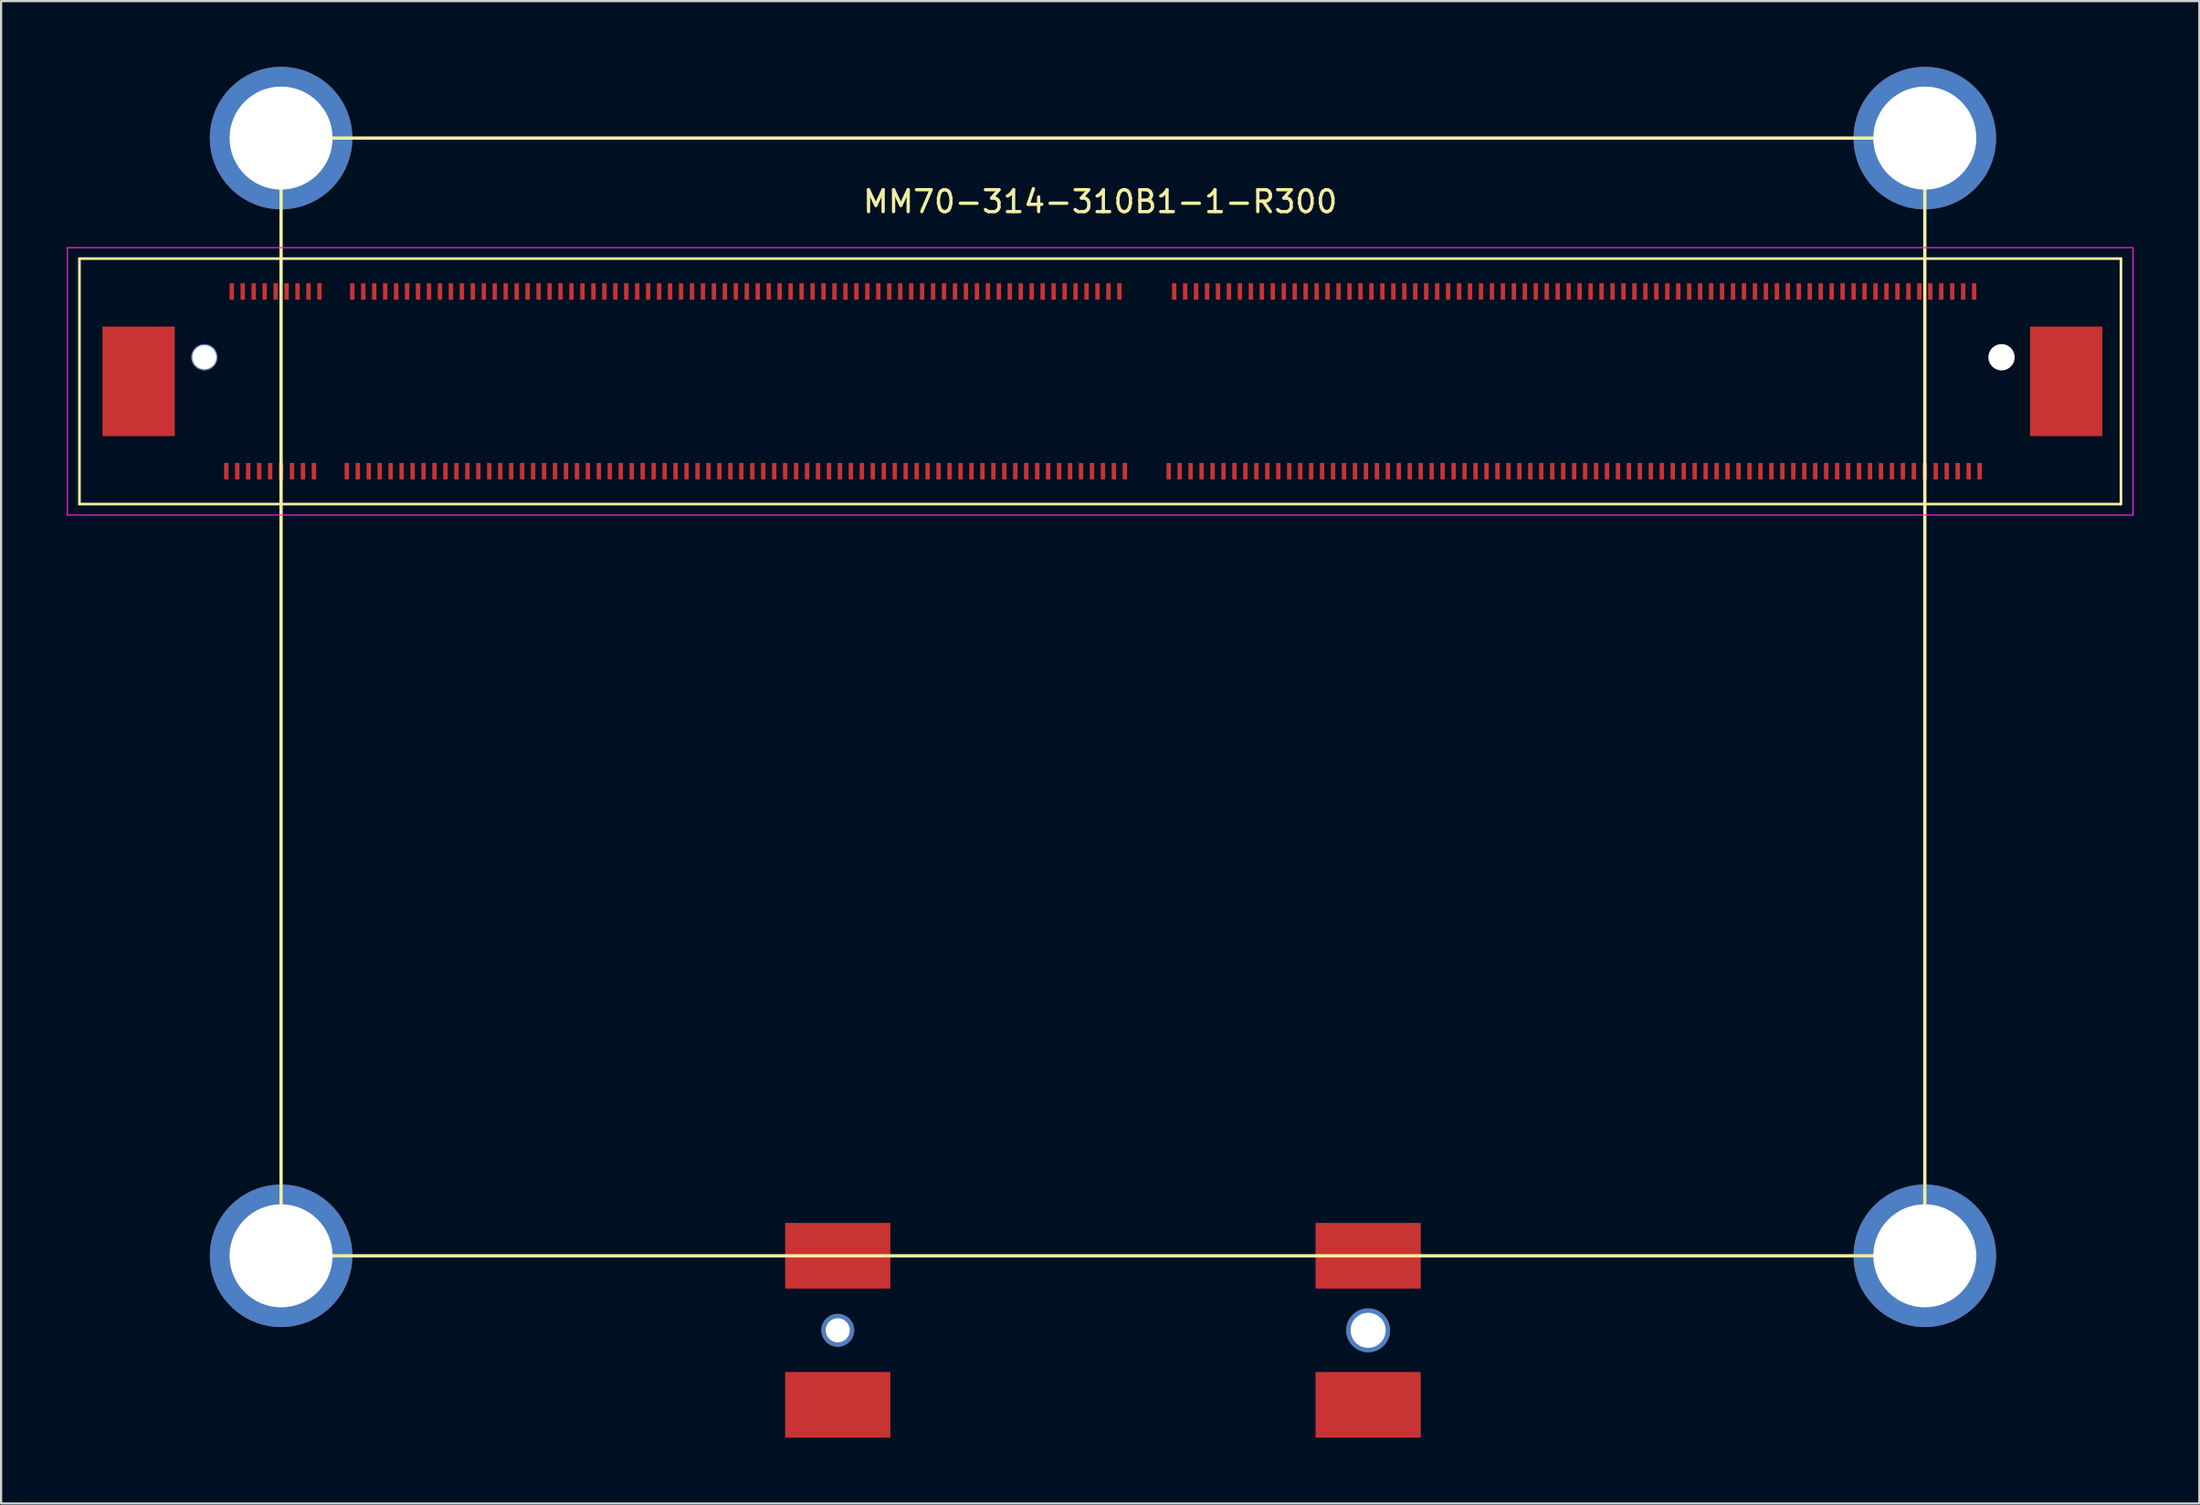
<source format=kicad_pcb>
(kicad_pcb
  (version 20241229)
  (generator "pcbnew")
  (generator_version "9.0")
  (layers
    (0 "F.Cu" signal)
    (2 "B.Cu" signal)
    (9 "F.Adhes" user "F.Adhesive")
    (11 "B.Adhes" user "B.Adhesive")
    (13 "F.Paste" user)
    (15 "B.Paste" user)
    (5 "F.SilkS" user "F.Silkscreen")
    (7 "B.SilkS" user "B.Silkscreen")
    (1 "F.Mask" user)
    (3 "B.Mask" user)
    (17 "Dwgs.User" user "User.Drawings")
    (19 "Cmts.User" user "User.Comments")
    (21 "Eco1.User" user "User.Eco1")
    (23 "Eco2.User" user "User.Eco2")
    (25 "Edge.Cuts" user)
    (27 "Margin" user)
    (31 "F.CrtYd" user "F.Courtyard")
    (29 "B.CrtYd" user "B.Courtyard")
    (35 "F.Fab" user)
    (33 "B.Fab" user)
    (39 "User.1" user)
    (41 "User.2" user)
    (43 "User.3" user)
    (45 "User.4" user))
  (footprint "MM70-314-310B1-1-R300"
    (layer "F.Cu")
    (at 7.025 10.25)
    (property "Reference" "MM70-314-310B1-1-R300" (at 40.125 -4.1 0) (layer "F.SilkS") (effects (font (size 1 1) (thickness 0.15))))
    (attr through_hole)
    (fp_line (start -6.45 -1.5) (end -6.45 9.7) (stroke (width 0.12) (type solid)) (layer "F.SilkS"))
    (fp_line (start -6.45 9.7) (end 86.7 9.7) (stroke (width 0.12) (type solid)) (layer "F.SilkS"))
    (fp_line (start 2.75 -7) (end 77.75 -7) (stroke (width 0.15) (type solid)) (layer "F.SilkS"))
    (fp_line (start 2.75 44) (end 2.75 -7) (stroke (width 0.15) (type solid)) (layer "F.SilkS"))
    (fp_line (start 2.75 44) (end 77.75 44) (stroke (width 0.15) (type solid)) (layer "F.SilkS"))
    (fp_line (start 77.75 -7) (end 77.75 44) (stroke (width 0.15) (type solid)) (layer "F.SilkS"))
    (fp_line (start 86.7 -1.5) (end -6.45 -1.5) (stroke (width 0.12) (type solid)) (layer "F.SilkS"))
    (fp_line (start 86.7 9.7) (end 86.7 -1.5) (stroke (width 0.12) (type solid)) (layer "F.SilkS"))
    (fp_line (start -7 -2) (end -7 10.2) (stroke (width 0.05) (type solid)) (layer "F.CrtYd"))
    (fp_line (start -7 10.2) (end 87.25 10.2) (stroke (width 0.05) (type solid)) (layer "F.CrtYd"))
    (fp_line (start 87.25 -2) (end -7 -2) (stroke (width 0.05) (type solid)) (layer "F.CrtYd"))
    (fp_line (start 87.25 10.2) (end 87.25 -2) (stroke (width 0.05) (type solid)) (layer "F.CrtYd"))
    (pad "" smd rect (at -3.75 4.1) (size 3.3 5) (layers "F.Cu" "F.Mask" "F.Paste"))
    (pad "" np_thru_hole circle (at -0.75 3) (size 1.2 1.2) (drill 1.1) (layers "*.Cu" "*.Mask"))
    (pad "" thru_hole circle (at 2.75 -7) (size 6.5 6.5) (drill 4.7) (layers "*.Cu" "*.Mask"))
    (pad "" thru_hole circle (at 2.75 44) (size 6.5 6.5) (drill 4.7) (layers "*.Cu" "*.Mask"))
    (pad "" smd rect (at 28.15 44) (size 4.8 3) (layers "F.Cu" "F.Mask"))
    (pad "" np_thru_hole circle (at 28.15 47.4) (size 1.5 1.5) (drill 1.1) (layers "*.Cu" "*.Mask"))
    (pad "" smd rect (at 28.15 50.8) (size 4.8 3) (layers "F.Cu" "F.Mask"))
    (pad "" smd rect (at 52.35 44) (size 4.8 3) (layers "F.Cu" "F.Mask"))
    (pad "" np_thru_hole circle (at 52.35 47.4) (size 2 2) (drill 1.6) (layers "*.Cu" "*.Mask"))
    (pad "" smd rect (at 52.35 50.8) (size 4.8 3) (layers "F.Cu" "F.Mask"))
    (pad "" thru_hole circle (at 77.75 -7) (size 6.5 6.5) (drill 4.7) (layers "*.Cu" "*.Mask"))
    (pad "" thru_hole circle (at 77.75 44) (size 6.5 6.5) (drill 4.7) (layers "*.Cu" "*.Mask"))
    (pad "" np_thru_hole circle (at 81.25 3) (size 1.2 1.2) (drill 1.6) (layers "*.Cu" "*.Mask"))
    (pad "" smd rect (at 84.2 4.1) (size 3.3 5) (layers "F.Cu" "F.Mask" "F.Paste"))
    (pad "1" smd rect (at 0.25 8.2) (size 0.2 0.75) (layers "F.Cu" "F.Mask" "F.Paste"))
    (pad "2" smd rect (at 0.5 0) (size 0.2 0.75) (layers "F.Cu" "F.Mask" "F.Paste"))
    (pad "3" smd rect (at 0.75 8.2) (size 0.2 0.75) (layers "F.Cu" "F.Mask" "F.Paste"))
    (pad "4" smd rect (at 1 0) (size 0.2 0.75) (layers "F.Cu" "F.Mask" "F.Paste"))
    (pad "5" smd rect (at 1.25 8.2) (size 0.2 0.75) (layers "F.Cu" "F.Mask" "F.Paste"))
    (pad "6" smd rect (at 1.5 0) (size 0.2 0.75) (layers "F.Cu" "F.Mask" "F.Paste"))
    (pad "7" smd rect (at 1.75 8.2) (size 0.2 0.75) (layers "F.Cu" "F.Mask" "F.Paste"))
    (pad "8" smd rect (at 2 0) (size 0.2 0.75) (layers "F.Cu" "F.Mask" "F.Paste"))
    (pad "9" smd rect (at 2.25 8.2) (size 0.2 0.75) (layers "F.Cu" "F.Mask" "F.Paste"))
    (pad "10" smd rect (at 2.5 0) (size 0.2 0.75) (layers "F.Cu" "F.Mask" "F.Paste"))
    (pad "11" smd rect (at 2.75 8.2) (size 0.2 0.75) (layers "F.Cu" "F.Mask" "F.Paste"))
    (pad "12" smd rect (at 3 0) (size 0.2 0.75) (layers "F.Cu" "F.Mask" "F.Paste"))
    (pad "13" smd rect (at 3.25 8.2) (size 0.2 0.75) (layers "F.Cu" "F.Mask" "F.Paste"))
    (pad "14" smd rect (at 3.5 0) (size 0.2 0.75) (layers "F.Cu" "F.Mask" "F.Paste"))
    (pad "15" smd rect (at 3.75 8.2) (size 0.2 0.75) (layers "F.Cu" "F.Mask" "F.Paste"))
    (pad "16" smd rect (at 4 0) (size 0.2 0.75) (layers "F.Cu" "F.Mask" "F.Paste"))
    (pad "17" smd rect (at 4.25 8.2) (size 0.2 0.75) (layers "F.Cu" "F.Mask" "F.Paste"))
    (pad "18" smd rect (at 4.5 0) (size 0.2 0.75) (layers "F.Cu" "F.Mask" "F.Paste"))
    (pad "23" smd rect (at 5.75 8.2) (size 0.2 0.75) (layers "F.Cu" "F.Mask" "F.Paste"))
    (pad "24" smd rect (at 6 0) (size 0.2 0.75) (layers "F.Cu" "F.Mask" "F.Paste"))
    (pad "25" smd rect (at 6.25 8.2) (size 0.2 0.75) (layers "F.Cu" "F.Mask" "F.Paste"))
    (pad "26" smd rect (at 6.5 0) (size 0.2 0.75) (layers "F.Cu" "F.Mask" "F.Paste"))
    (pad "27" smd rect (at 6.75 8.2) (size 0.2 0.75) (layers "F.Cu" "F.Mask" "F.Paste"))
    (pad "28" smd rect (at 7 0) (size 0.2 0.75) (layers "F.Cu" "F.Mask" "F.Paste"))
    (pad "29" smd rect (at 7.25 8.2) (size 0.2 0.75) (layers "F.Cu" "F.Mask" "F.Paste"))
    (pad "30" smd rect (at 7.5 0) (size 0.2 0.75) (layers "F.Cu" "F.Mask" "F.Paste"))
    (pad "31" smd rect (at 7.75 8.2) (size 0.2 0.75) (layers "F.Cu" "F.Mask" "F.Paste"))
    (pad "32" smd rect (at 8 0) (size 0.2 0.75) (layers "F.Cu" "F.Mask" "F.Paste"))
    (pad "33" smd rect (at 8.25 8.2) (size 0.2 0.75) (layers "F.Cu" "F.Mask" "F.Paste"))
    (pad "34" smd rect (at 8.5 0) (size 0.2 0.75) (layers "F.Cu" "F.Mask" "F.Paste"))
    (pad "35" smd rect (at 8.75 8.2) (size 0.2 0.75) (layers "F.Cu" "F.Mask" "F.Paste"))
    (pad "36" smd rect (at 9 0) (size 0.2 0.75) (layers "F.Cu" "F.Mask" "F.Paste"))
    (pad "37" smd rect (at 9.25 8.2) (size 0.2 0.75) (layers "F.Cu" "F.Mask" "F.Paste"))
    (pad "38" smd rect (at 9.5 0) (size 0.2 0.75) (layers "F.Cu" "F.Mask" "F.Paste"))
    (pad "39" smd rect (at 9.75 8.2) (size 0.2 0.75) (layers "F.Cu" "F.Mask" "F.Paste"))
    (pad "40" smd rect (at 10 0) (size 0.2 0.75) (layers "F.Cu" "F.Mask" "F.Paste"))
    (pad "41" smd rect (at 10.25 8.2) (size 0.2 0.75) (layers "F.Cu" "F.Mask" "F.Paste"))
    (pad "42" smd rect (at 10.5 0) (size 0.2 0.75) (layers "F.Cu" "F.Mask" "F.Paste"))
    (pad "43" smd rect (at 10.75 8.2) (size 0.2 0.75) (layers "F.Cu" "F.Mask" "F.Paste"))
    (pad "44" smd rect (at 11 0) (size 0.2 0.75) (layers "F.Cu" "F.Mask" "F.Paste"))
    (pad "45" smd rect (at 11.25 8.2) (size 0.2 0.75) (layers "F.Cu" "F.Mask" "F.Paste"))
    (pad "46" smd rect (at 11.5 0) (size 0.2 0.75) (layers "F.Cu" "F.Mask" "F.Paste"))
    (pad "47" smd rect (at 11.75 8.2) (size 0.2 0.75) (layers "F.Cu" "F.Mask" "F.Paste"))
    (pad "48" smd rect (at 12 0) (size 0.2 0.75) (layers "F.Cu" "F.Mask" "F.Paste"))
    (pad "49" smd rect (at 12.25 8.2) (size 0.2 0.75) (layers "F.Cu" "F.Mask" "F.Paste"))
    (pad "50" smd rect (at 12.5 0) (size 0.2 0.75) (layers "F.Cu" "F.Mask" "F.Paste"))
    (pad "51" smd rect (at 12.75 8.2) (size 0.2 0.75) (layers "F.Cu" "F.Mask" "F.Paste"))
    (pad "52" smd rect (at 13 0) (size 0.2 0.75) (layers "F.Cu" "F.Mask" "F.Paste"))
    (pad "53" smd rect (at 13.25 8.2) (size 0.2 0.75) (layers "F.Cu" "F.Mask" "F.Paste"))
    (pad "54" smd rect (at 13.5 0) (size 0.2 0.75) (layers "F.Cu" "F.Mask" "F.Paste"))
    (pad "55" smd rect (at 13.75 8.2) (size 0.2 0.75) (layers "F.Cu" "F.Mask" "F.Paste"))
    (pad "56" smd rect (at 14 0) (size 0.2 0.75) (layers "F.Cu" "F.Mask" "F.Paste"))
    (pad "57" smd rect (at 14.25 8.2) (size 0.2 0.75) (layers "F.Cu" "F.Mask" "F.Paste"))
    (pad "58" smd rect (at 14.5 0) (size 0.2 0.75) (layers "F.Cu" "F.Mask" "F.Paste"))
    (pad "59" smd rect (at 14.75 8.2) (size 0.2 0.75) (layers "F.Cu" "F.Mask" "F.Paste"))
    (pad "60" smd rect (at 15 0) (size 0.2 0.75) (layers "F.Cu" "F.Mask" "F.Paste"))
    (pad "61" smd rect (at 15.25 8.2) (size 0.2 0.75) (layers "F.Cu" "F.Mask" "F.Paste"))
    (pad "62" smd rect (at 15.5 0) (size 0.2 0.75) (layers "F.Cu" "F.Mask" "F.Paste"))
    (pad "63" smd rect (at 15.75 8.2) (size 0.2 0.75) (layers "F.Cu" "F.Mask" "F.Paste"))
    (pad "64" smd rect (at 16 0) (size 0.2 0.75) (layers "F.Cu" "F.Mask" "F.Paste"))
    (pad "65" smd rect (at 16.25 8.2) (size 0.2 0.75) (layers "F.Cu" "F.Mask" "F.Paste"))
    (pad "66" smd rect (at 16.5 0) (size 0.2 0.75) (layers "F.Cu" "F.Mask" "F.Paste"))
    (pad "67" smd rect (at 16.75 8.2) (size 0.2 0.75) (layers "F.Cu" "F.Mask" "F.Paste"))
    (pad "68" smd rect (at 17 0) (size 0.2 0.75) (layers "F.Cu" "F.Mask" "F.Paste"))
    (pad "69" smd rect (at 17.25 8.2) (size 0.2 0.75) (layers "F.Cu" "F.Mask" "F.Paste"))
    (pad "70" smd rect (at 17.5 0) (size 0.2 0.75) (layers "F.Cu" "F.Mask" "F.Paste"))
    (pad "71" smd rect (at 17.75 8.2) (size 0.2 0.75) (layers "F.Cu" "F.Mask" "F.Paste"))
    (pad "72" smd rect (at 18 0) (size 0.2 0.75) (layers "F.Cu" "F.Mask" "F.Paste"))
    (pad "73" smd rect (at 18.25 8.2) (size 0.2 0.75) (layers "F.Cu" "F.Mask" "F.Paste"))
    (pad "74" smd rect (at 18.5 0) (size 0.2 0.75) (layers "F.Cu" "F.Mask" "F.Paste"))
    (pad "75" smd rect (at 18.75 8.2) (size 0.2 0.75) (layers "F.Cu" "F.Mask" "F.Paste"))
    (pad "76" smd rect (at 19 0) (size 0.2 0.75) (layers "F.Cu" "F.Mask" "F.Paste"))
    (pad "77" smd rect (at 19.25 8.2) (size 0.2 0.75) (layers "F.Cu" "F.Mask" "F.Paste"))
    (pad "78" smd rect (at 19.5 0) (size 0.2 0.75) (layers "F.Cu" "F.Mask" "F.Paste"))
    (pad "79" smd rect (at 19.75 8.2) (size 0.2 0.75) (layers "F.Cu" "F.Mask" "F.Paste"))
    (pad "80" smd rect (at 20 0) (size 0.2 0.75) (layers "F.Cu" "F.Mask" "F.Paste"))
    (pad "81" smd rect (at 20.25 8.2) (size 0.2 0.75) (layers "F.Cu" "F.Mask" "F.Paste"))
    (pad "82" smd rect (at 20.5 0) (size 0.2 0.75) (layers "F.Cu" "F.Mask" "F.Paste"))
    (pad "83" smd rect (at 20.75 8.2) (size 0.2 0.75) (layers "F.Cu" "F.Mask" "F.Paste"))
    (pad "84" smd rect (at 21 0) (size 0.2 0.75) (layers "F.Cu" "F.Mask" "F.Paste"))
    (pad "85" smd rect (at 21.25 8.2) (size 0.2 0.75) (layers "F.Cu" "F.Mask" "F.Paste"))
    (pad "86" smd rect (at 21.5 0) (size 0.2 0.75) (layers "F.Cu" "F.Mask" "F.Paste"))
    (pad "87" smd rect (at 21.75 8.2) (size 0.2 0.75) (layers "F.Cu" "F.Mask" "F.Paste"))
    (pad "88" smd rect (at 22 0) (size 0.2 0.75) (layers "F.Cu" "F.Mask" "F.Paste"))
    (pad "89" smd rect (at 22.25 8.2) (size 0.2 0.75) (layers "F.Cu" "F.Mask" "F.Paste"))
    (pad "90" smd rect (at 22.5 0) (size 0.2 0.75) (layers "F.Cu" "F.Mask" "F.Paste"))
    (pad "91" smd rect (at 22.75 8.2) (size 0.2 0.75) (layers "F.Cu" "F.Mask" "F.Paste"))
    (pad "92" smd rect (at 23 0) (size 0.2 0.75) (layers "F.Cu" "F.Mask" "F.Paste"))
    (pad "93" smd rect (at 23.25 8.2) (size 0.2 0.75) (layers "F.Cu" "F.Mask" "F.Paste"))
    (pad "94" smd rect (at 23.5 0) (size 0.2 0.75) (layers "F.Cu" "F.Mask" "F.Paste"))
    (pad "95" smd rect (at 23.75 8.2) (size 0.2 0.75) (layers "F.Cu" "F.Mask" "F.Paste"))
    (pad "96" smd rect (at 24 0) (size 0.2 0.75) (layers "F.Cu" "F.Mask" "F.Paste"))
    (pad "97" smd rect (at 24.25 8.2) (size 0.2 0.75) (layers "F.Cu" "F.Mask" "F.Paste"))
    (pad "98" smd rect (at 24.5 0) (size 0.2 0.75) (layers "F.Cu" "F.Mask" "F.Paste"))
    (pad "99" smd rect (at 24.75 8.2) (size 0.2 0.75) (layers "F.Cu" "F.Mask" "F.Paste"))
    (pad "100" smd rect (at 25 0) (size 0.2 0.75) (layers "F.Cu" "F.Mask" "F.Paste"))
    (pad "101" smd rect (at 25.25 8.2) (size 0.2 0.75) (layers "F.Cu" "F.Mask" "F.Paste"))
    (pad "102" smd rect (at 25.5 0) (size 0.2 0.75) (layers "F.Cu" "F.Mask" "F.Paste"))
    (pad "103" smd rect (at 25.75 8.2) (size 0.2 0.75) (layers "F.Cu" "F.Mask" "F.Paste"))
    (pad "104" smd rect (at 26 0) (size 0.2 0.75) (layers "F.Cu" "F.Mask" "F.Paste"))
    (pad "105" smd rect (at 26.25 8.2) (size 0.2 0.75) (layers "F.Cu" "F.Mask" "F.Paste"))
    (pad "106" smd rect (at 26.5 0) (size 0.2 0.75) (layers "F.Cu" "F.Mask" "F.Paste"))
    (pad "107" smd rect (at 26.75 8.2) (size 0.2 0.75) (layers "F.Cu" "F.Mask" "F.Paste"))
    (pad "108" smd rect (at 27 0) (size 0.2 0.75) (layers "F.Cu" "F.Mask" "F.Paste"))
    (pad "109" smd rect (at 27.25 8.2) (size 0.2 0.75) (layers "F.Cu" "F.Mask" "F.Paste"))
    (pad "110" smd rect (at 27.5 0) (size 0.2 0.75) (layers "F.Cu" "F.Mask" "F.Paste"))
    (pad "111" smd rect (at 27.75 8.2) (size 0.2 0.75) (layers "F.Cu" "F.Mask" "F.Paste"))
    (pad "112" smd rect (at 28 0) (size 0.2 0.75) (layers "F.Cu" "F.Mask" "F.Paste"))
    (pad "113" smd rect (at 28.25 8.2) (size 0.2 0.75) (layers "F.Cu" "F.Mask" "F.Paste"))
    (pad "114" smd rect (at 28.5 0) (size 0.2 0.75) (layers "F.Cu" "F.Mask" "F.Paste"))
    (pad "115" smd rect (at 28.75 8.2) (size 0.2 0.75) (layers "F.Cu" "F.Mask" "F.Paste"))
    (pad "116" smd rect (at 29 0) (size 0.2 0.75) (layers "F.Cu" "F.Mask" "F.Paste"))
    (pad "117" smd rect (at 29.25 8.2) (size 0.2 0.75) (layers "F.Cu" "F.Mask" "F.Paste"))
    (pad "118" smd rect (at 29.5 0) (size 0.2 0.75) (layers "F.Cu" "F.Mask" "F.Paste"))
    (pad "119" smd rect (at 29.75 8.2) (size 0.2 0.75) (layers "F.Cu" "F.Mask" "F.Paste"))
    (pad "120" smd rect (at 30 0) (size 0.2 0.75) (layers "F.Cu" "F.Mask" "F.Paste"))
    (pad "121" smd rect (at 30.25 8.2) (size 0.2 0.75) (layers "F.Cu" "F.Mask" "F.Paste"))
    (pad "122" smd rect (at 30.5 0) (size 0.2 0.75) (layers "F.Cu" "F.Mask" "F.Paste"))
    (pad "123" smd rect (at 30.75 8.2) (size 0.2 0.75) (layers "F.Cu" "F.Mask" "F.Paste"))
    (pad "124" smd rect (at 31 0) (size 0.2 0.75) (layers "F.Cu" "F.Mask" "F.Paste"))
    (pad "125" smd rect (at 31.25 8.2) (size 0.2 0.75) (layers "F.Cu" "F.Mask" "F.Paste"))
    (pad "126" smd rect (at 31.5 0) (size 0.2 0.75) (layers "F.Cu" "F.Mask" "F.Paste"))
    (pad "127" smd rect (at 31.75 8.2) (size 0.2 0.75) (layers "F.Cu" "F.Mask" "F.Paste"))
    (pad "128" smd rect (at 32 0) (size 0.2 0.75) (layers "F.Cu" "F.Mask" "F.Paste"))
    (pad "129" smd rect (at 32.25 8.2) (size 0.2 0.75) (layers "F.Cu" "F.Mask" "F.Paste"))
    (pad "130" smd rect (at 32.5 0) (size 0.2 0.75) (layers "F.Cu" "F.Mask" "F.Paste"))
    (pad "131" smd rect (at 32.75 8.2) (size 0.2 0.75) (layers "F.Cu" "F.Mask" "F.Paste"))
    (pad "132" smd rect (at 33 0) (size 0.2 0.75) (layers "F.Cu" "F.Mask" "F.Paste"))
    (pad "133" smd rect (at 33.25 8.2) (size 0.2 0.75) (layers "F.Cu" "F.Mask" "F.Paste"))
    (pad "134" smd rect (at 33.5 0) (size 0.2 0.75) (layers "F.Cu" "F.Mask" "F.Paste"))
    (pad "135" smd rect (at 33.75 8.2) (size 0.2 0.75) (layers "F.Cu" "F.Mask" "F.Paste"))
    (pad "136" smd rect (at 34 0) (size 0.2 0.75) (layers "F.Cu" "F.Mask" "F.Paste"))
    (pad "137" smd rect (at 34.25 8.2) (size 0.2 0.75) (layers "F.Cu" "F.Mask" "F.Paste"))
    (pad "138" smd rect (at 34.5 0) (size 0.2 0.75) (layers "F.Cu" "F.Mask" "F.Paste"))
    (pad "139" smd rect (at 34.75 8.2) (size 0.2 0.75) (layers "F.Cu" "F.Mask" "F.Paste"))
    (pad "140" smd rect (at 35 0) (size 0.2 0.75) (layers "F.Cu" "F.Mask" "F.Paste"))
    (pad "141" smd rect (at 35.25 8.2) (size 0.2 0.75) (layers "F.Cu" "F.Mask" "F.Paste"))
    (pad "142" smd rect (at 35.5 0) (size 0.2 0.75) (layers "F.Cu" "F.Mask" "F.Paste"))
    (pad "143" smd rect (at 35.75 8.2) (size 0.2 0.75) (layers "F.Cu" "F.Mask" "F.Paste"))
    (pad "144" smd rect (at 36 0) (size 0.2 0.75) (layers "F.Cu" "F.Mask" "F.Paste"))
    (pad "145" smd rect (at 36.25 8.2) (size 0.2 0.75) (layers "F.Cu" "F.Mask" "F.Paste"))
    (pad "146" smd rect (at 36.5 0) (size 0.2 0.75) (layers "F.Cu" "F.Mask" "F.Paste"))
    (pad "147" smd rect (at 36.75 8.2) (size 0.2 0.75) (layers "F.Cu" "F.Mask" "F.Paste"))
    (pad "148" smd rect (at 37 0) (size 0.2 0.75) (layers "F.Cu" "F.Mask" "F.Paste"))
    (pad "149" smd rect (at 37.25 8.2) (size 0.2 0.75) (layers "F.Cu" "F.Mask" "F.Paste"))
    (pad "150" smd rect (at 37.5 0) (size 0.2 0.75) (layers "F.Cu" "F.Mask" "F.Paste"))
    (pad "151" smd rect (at 37.75 8.2) (size 0.2 0.75) (layers "F.Cu" "F.Mask" "F.Paste"))
    (pad "152" smd rect (at 38 0) (size 0.2 0.75) (layers "F.Cu" "F.Mask" "F.Paste"))
    (pad "153" smd rect (at 38.25 8.2) (size 0.2 0.75) (layers "F.Cu" "F.Mask" "F.Paste"))
    (pad "154" smd rect (at 38.5 0) (size 0.2 0.75) (layers "F.Cu" "F.Mask" "F.Paste"))
    (pad "155" smd rect (at 38.75 8.2) (size 0.2 0.75) (layers "F.Cu" "F.Mask" "F.Paste"))
    (pad "156" smd rect (at 39 0) (size 0.2 0.75) (layers "F.Cu" "F.Mask" "F.Paste"))
    (pad "157" smd rect (at 39.25 8.2) (size 0.2 0.75) (layers "F.Cu" "F.Mask" "F.Paste"))
    (pad "158" smd rect (at 39.5 0) (size 0.2 0.75) (layers "F.Cu" "F.Mask" "F.Paste"))
    (pad "159" smd rect (at 39.75 8.2) (size 0.2 0.75) (layers "F.Cu" "F.Mask" "F.Paste"))
    (pad "160" smd rect (at 40 0) (size 0.2 0.75) (layers "F.Cu" "F.Mask" "F.Paste"))
    (pad "161" smd rect (at 40.25 8.2) (size 0.2 0.75) (layers "F.Cu" "F.Mask" "F.Paste"))
    (pad "162" smd rect (at 40.5 0) (size 0.2 0.75) (layers "F.Cu" "F.Mask" "F.Paste"))
    (pad "163" smd rect (at 40.75 8.2) (size 0.2 0.75) (layers "F.Cu" "F.Mask" "F.Paste"))
    (pad "164" smd rect (at 41 0) (size 0.2 0.75) (layers "F.Cu" "F.Mask" "F.Paste"))
    (pad "165" smd rect (at 41.25 8.2) (size 0.2 0.75) (layers "F.Cu" "F.Mask" "F.Paste"))
    (pad "173" smd rect (at 43.25 8.2) (size 0.2 0.75) (layers "F.Cu" "F.Mask" "F.Paste"))
    (pad "174" smd rect (at 43.5 0) (size 0.2 0.75) (layers "F.Cu" "F.Mask" "F.Paste"))
    (pad "175" smd rect (at 43.75 8.2) (size 0.2 0.75) (layers "F.Cu" "F.Mask" "F.Paste"))
    (pad "176" smd rect (at 44 0) (size 0.2 0.75) (layers "F.Cu" "F.Mask" "F.Paste"))
    (pad "177" smd rect (at 44.25 8.2) (size 0.2 0.75) (layers "F.Cu" "F.Mask" "F.Paste"))
    (pad "178" smd rect (at 44.5 0) (size 0.2 0.75) (layers "F.Cu" "F.Mask" "F.Paste"))
    (pad "179" smd rect (at 44.75 8.2) (size 0.2 0.75) (layers "F.Cu" "F.Mask" "F.Paste"))
    (pad "180" smd rect (at 45 0) (size 0.2 0.75) (layers "F.Cu" "F.Mask" "F.Paste"))
    (pad "181" smd rect (at 45.25 8.2) (size 0.2 0.75) (layers "F.Cu" "F.Mask" "F.Paste"))
    (pad "182" smd rect (at 45.5 0) (size 0.2 0.75) (layers "F.Cu" "F.Mask" "F.Paste"))
    (pad "183" smd rect (at 45.75 8.2) (size 0.2 0.75) (layers "F.Cu" "F.Mask" "F.Paste"))
    (pad "184" smd rect (at 46 0) (size 0.2 0.75) (layers "F.Cu" "F.Mask" "F.Paste"))
    (pad "185" smd rect (at 46.25 8.2) (size 0.2 0.75) (layers "F.Cu" "F.Mask" "F.Paste"))
    (pad "186" smd rect (at 46.5 0) (size 0.2 0.75) (layers "F.Cu" "F.Mask" "F.Paste"))
    (pad "187" smd rect (at 46.75 8.2) (size 0.2 0.75) (layers "F.Cu" "F.Mask" "F.Paste"))
    (pad "188" smd rect (at 47 0) (size 0.2 0.75) (layers "F.Cu" "F.Mask" "F.Paste"))
    (pad "189" smd rect (at 47.25 8.2) (size 0.2 0.75) (layers "F.Cu" "F.Mask" "F.Paste"))
    (pad "190" smd rect (at 47.5 0) (size 0.2 0.75) (layers "F.Cu" "F.Mask" "F.Paste"))
    (pad "191" smd rect (at 47.75 8.2) (size 0.2 0.75) (layers "F.Cu" "F.Mask" "F.Paste"))
    (pad "192" smd rect (at 48 0) (size 0.2 0.75) (layers "F.Cu" "F.Mask" "F.Paste"))
    (pad "193" smd rect (at 48.25 8.2) (size 0.2 0.75) (layers "F.Cu" "F.Mask" "F.Paste"))
    (pad "194" smd rect (at 48.5 0) (size 0.2 0.75) (layers "F.Cu" "F.Mask" "F.Paste"))
    (pad "195" smd rect (at 48.75 8.2) (size 0.2 0.75) (layers "F.Cu" "F.Mask" "F.Paste"))
    (pad "196" smd rect (at 49 0) (size 0.2 0.75) (layers "F.Cu" "F.Mask" "F.Paste"))
    (pad "197" smd rect (at 49.25 8.2) (size 0.2 0.75) (layers "F.Cu" "F.Mask" "F.Paste"))
    (pad "198" smd rect (at 49.5 0) (size 0.2 0.75) (layers "F.Cu" "F.Mask" "F.Paste"))
    (pad "199" smd rect (at 49.75 8.2) (size 0.2 0.75) (layers "F.Cu" "F.Mask" "F.Paste"))
    (pad "200" smd rect (at 50 0) (size 0.2 0.75) (layers "F.Cu" "F.Mask" "F.Paste"))
    (pad "201" smd rect (at 50.25 8.2) (size 0.2 0.75) (layers "F.Cu" "F.Mask" "F.Paste"))
    (pad "202" smd rect (at 50.5 0) (size 0.2 0.75) (layers "F.Cu" "F.Mask" "F.Paste"))
    (pad "203" smd rect (at 50.75 8.2) (size 0.2 0.75) (layers "F.Cu" "F.Mask" "F.Paste"))
    (pad "204" smd rect (at 51 0) (size 0.2 0.75) (layers "F.Cu" "F.Mask" "F.Paste"))
    (pad "205" smd rect (at 51.25 8.2) (size 0.2 0.75) (layers "F.Cu" "F.Mask" "F.Paste"))
    (pad "206" smd rect (at 51.5 0) (size 0.2 0.75) (layers "F.Cu" "F.Mask" "F.Paste"))
    (pad "207" smd rect (at 51.75 8.2) (size 0.2 0.75) (layers "F.Cu" "F.Mask" "F.Paste"))
    (pad "208" smd rect (at 52 0) (size 0.2 0.75) (layers "F.Cu" "F.Mask" "F.Paste"))
    (pad "209" smd rect (at 52.25 8.2) (size 0.2 0.75) (layers "F.Cu" "F.Mask" "F.Paste"))
    (pad "210" smd rect (at 52.5 0) (size 0.2 0.75) (layers "F.Cu" "F.Mask" "F.Paste"))
    (pad "211" smd rect (at 52.75 8.2) (size 0.2 0.75) (layers "F.Cu" "F.Mask" "F.Paste"))
    (pad "212" smd rect (at 53 0) (size 0.2 0.75) (layers "F.Cu" "F.Mask" "F.Paste"))
    (pad "213" smd rect (at 53.25 8.2) (size 0.2 0.75) (layers "F.Cu" "F.Mask" "F.Paste"))
    (pad "214" smd rect (at 53.5 0) (size 0.2 0.75) (layers "F.Cu" "F.Mask" "F.Paste"))
    (pad "215" smd rect (at 53.75 8.2) (size 0.2 0.75) (layers "F.Cu" "F.Mask" "F.Paste"))
    (pad "216" smd rect (at 54 0) (size 0.2 0.75) (layers "F.Cu" "F.Mask" "F.Paste"))
    (pad "217" smd rect (at 54.25 8.2) (size 0.2 0.75) (layers "F.Cu" "F.Mask" "F.Paste"))
    (pad "218" smd rect (at 54.5 0) (size 0.2 0.75) (layers "F.Cu" "F.Mask" "F.Paste"))
    (pad "219" smd rect (at 54.75 8.2) (size 0.2 0.75) (layers "F.Cu" "F.Mask" "F.Paste"))
    (pad "220" smd rect (at 55 0) (size 0.2 0.75) (layers "F.Cu" "F.Mask" "F.Paste"))
    (pad "221" smd rect (at 55.25 8.2) (size 0.2 0.75) (layers "F.Cu" "F.Mask" "F.Paste"))
    (pad "222" smd rect (at 55.5 0) (size 0.2 0.75) (layers "F.Cu" "F.Mask" "F.Paste"))
    (pad "223" smd rect (at 55.75 8.2) (size 0.2 0.75) (layers "F.Cu" "F.Mask" "F.Paste"))
    (pad "224" smd rect (at 56 0) (size 0.2 0.75) (layers "F.Cu" "F.Mask" "F.Paste"))
    (pad "225" smd rect (at 56.25 8.2) (size 0.2 0.75) (layers "F.Cu" "F.Mask" "F.Paste"))
    (pad "226" smd rect (at 56.5 0) (size 0.2 0.75) (layers "F.Cu" "F.Mask" "F.Paste"))
    (pad "227" smd rect (at 56.75 8.2) (size 0.2 0.75) (layers "F.Cu" "F.Mask" "F.Paste"))
    (pad "228" smd rect (at 57 0) (size 0.2 0.75) (layers "F.Cu" "F.Mask" "F.Paste"))
    (pad "229" smd rect (at 57.25 8.2) (size 0.2 0.75) (layers "F.Cu" "F.Mask" "F.Paste"))
    (pad "230" smd rect (at 57.5 0) (size 0.2 0.75) (layers "F.Cu" "F.Mask" "F.Paste"))
    (pad "231" smd rect (at 57.75 8.2) (size 0.2 0.75) (layers "F.Cu" "F.Mask" "F.Paste"))
    (pad "232" smd rect (at 58 0) (size 0.2 0.75) (layers "F.Cu" "F.Mask" "F.Paste"))
    (pad "233" smd rect (at 58.25 8.2) (size 0.2 0.75) (layers "F.Cu" "F.Mask" "F.Paste"))
    (pad "234" smd rect (at 58.5 0) (size 0.2 0.75) (layers "F.Cu" "F.Mask" "F.Paste"))
    (pad "235" smd rect (at 58.75 8.2) (size 0.2 0.75) (layers "F.Cu" "F.Mask" "F.Paste"))
    (pad "236" smd rect (at 59 0) (size 0.2 0.75) (layers "F.Cu" "F.Mask" "F.Paste"))
    (pad "237" smd rect (at 59.25 8.2) (size 0.2 0.75) (layers "F.Cu" "F.Mask" "F.Paste"))
    (pad "238" smd rect (at 59.5 0) (size 0.2 0.75) (layers "F.Cu" "F.Mask" "F.Paste"))
    (pad "239" smd rect (at 59.75 8.2) (size 0.2 0.75) (layers "F.Cu" "F.Mask" "F.Paste"))
    (pad "240" smd rect (at 60 0) (size 0.2 0.75) (layers "F.Cu" "F.Mask" "F.Paste"))
    (pad "241" smd rect (at 60.25 8.2) (size 0.2 0.75) (layers "F.Cu" "F.Mask" "F.Paste"))
    (pad "242" smd rect (at 60.5 0) (size 0.2 0.75) (layers "F.Cu" "F.Mask" "F.Paste"))
    (pad "243" smd rect (at 60.75 8.2) (size 0.2 0.75) (layers "F.Cu" "F.Mask" "F.Paste"))
    (pad "244" smd rect (at 61 0) (size 0.2 0.75) (layers "F.Cu" "F.Mask" "F.Paste"))
    (pad "245" smd rect (at 61.25 8.2) (size 0.2 0.75) (layers "F.Cu" "F.Mask" "F.Paste"))
    (pad "246" smd rect (at 61.5 0) (size 0.2 0.75) (layers "F.Cu" "F.Mask" "F.Paste"))
    (pad "247" smd rect (at 61.75 8.2) (size 0.2 0.75) (layers "F.Cu" "F.Mask" "F.Paste"))
    (pad "248" smd rect (at 62 0) (size 0.2 0.75) (layers "F.Cu" "F.Mask" "F.Paste"))
    (pad "249" smd rect (at 62.25 8.2) (size 0.2 0.75) (layers "F.Cu" "F.Mask" "F.Paste"))
    (pad "250" smd rect (at 62.5 0) (size 0.2 0.75) (layers "F.Cu" "F.Mask" "F.Paste"))
    (pad "251" smd rect (at 62.75 8.2) (size 0.2 0.75) (layers "F.Cu" "F.Mask" "F.Paste"))
    (pad "252" smd rect (at 63 0) (size 0.2 0.75) (layers "F.Cu" "F.Mask" "F.Paste"))
    (pad "253" smd rect (at 63.25 8.2) (size 0.2 0.75) (layers "F.Cu" "F.Mask" "F.Paste"))
    (pad "254" smd rect (at 63.5 0) (size 0.2 0.75) (layers "F.Cu" "F.Mask" "F.Paste"))
    (pad "255" smd rect (at 63.75 8.2) (size 0.2 0.75) (layers "F.Cu" "F.Mask" "F.Paste"))
    (pad "256" smd rect (at 64 0) (size 0.2 0.75) (layers "F.Cu" "F.Mask" "F.Paste"))
    (pad "257" smd rect (at 64.25 8.2) (size 0.2 0.75) (layers "F.Cu" "F.Mask" "F.Paste"))
    (pad "258" smd rect (at 64.5 0) (size 0.2 0.75) (layers "F.Cu" "F.Mask" "F.Paste"))
    (pad "259" smd rect (at 64.75 8.2) (size 0.2 0.75) (layers "F.Cu" "F.Mask" "F.Paste"))
    (pad "260" smd rect (at 65 0) (size 0.2 0.75) (layers "F.Cu" "F.Mask" "F.Paste"))
    (pad "261" smd rect (at 65.25 8.2) (size 0.2 0.75) (layers "F.Cu" "F.Mask" "F.Paste"))
    (pad "262" smd rect (at 65.5 0) (size 0.2 0.75) (layers "F.Cu" "F.Mask" "F.Paste"))
    (pad "263" smd rect (at 65.75 8.2) (size 0.2 0.75) (layers "F.Cu" "F.Mask" "F.Paste"))
    (pad "264" smd rect (at 66 0) (size 0.2 0.75) (layers "F.Cu" "F.Mask" "F.Paste"))
    (pad "265" smd rect (at 66.25 8.2) (size 0.2 0.75) (layers "F.Cu" "F.Mask" "F.Paste"))
    (pad "266" smd rect (at 66.5 0) (size 0.2 0.75) (layers "F.Cu" "F.Mask" "F.Paste"))
    (pad "267" smd rect (at 66.75 8.2) (size 0.2 0.75) (layers "F.Cu" "F.Mask" "F.Paste"))
    (pad "268" smd rect (at 67 0) (size 0.2 0.75) (layers "F.Cu" "F.Mask" "F.Paste"))
    (pad "269" smd rect (at 67.25 8.2) (size 0.2 0.75) (layers "F.Cu" "F.Mask" "F.Paste"))
    (pad "270" smd rect (at 67.5 0) (size 0.2 0.75) (layers "F.Cu" "F.Mask" "F.Paste"))
    (pad "271" smd rect (at 67.75 8.2) (size 0.2 0.75) (layers "F.Cu" "F.Mask" "F.Paste"))
    (pad "272" smd rect (at 68 0) (size 0.2 0.75) (layers "F.Cu" "F.Mask" "F.Paste"))
    (pad "273" smd rect (at 68.25 8.2) (size 0.2 0.75) (layers "F.Cu" "F.Mask" "F.Paste"))
    (pad "274" smd rect (at 68.5 0) (size 0.2 0.75) (layers "F.Cu" "F.Mask" "F.Paste"))
    (pad "275" smd rect (at 68.75 8.2) (size 0.2 0.75) (layers "F.Cu" "F.Mask" "F.Paste"))
    (pad "276" smd rect (at 69 0) (size 0.2 0.75) (layers "F.Cu" "F.Mask" "F.Paste"))
    (pad "277" smd rect (at 69.25 8.2) (size 0.2 0.75) (layers "F.Cu" "F.Mask" "F.Paste"))
    (pad "278" smd rect (at 69.5 0) (size 0.2 0.75) (layers "F.Cu" "F.Mask" "F.Paste"))
    (pad "279" smd rect (at 69.75 8.2) (size 0.2 0.75) (layers "F.Cu" "F.Mask" "F.Paste"))
    (pad "280" smd rect (at 70 0) (size 0.2 0.75) (layers "F.Cu" "F.Mask" "F.Paste"))
    (pad "281" smd rect (at 70.25 8.2) (size 0.2 0.75) (layers "F.Cu" "F.Mask" "F.Paste"))
    (pad "282" smd rect (at 70.5 0) (size 0.2 0.75) (layers "F.Cu" "F.Mask" "F.Paste"))
    (pad "283" smd rect (at 70.75 8.2) (size 0.2 0.75) (layers "F.Cu" "F.Mask" "F.Paste"))
    (pad "284" smd rect (at 71 0) (size 0.2 0.75) (layers "F.Cu" "F.Mask" "F.Paste"))
    (pad "285" smd rect (at 71.25 8.2) (size 0.2 0.75) (layers "F.Cu" "F.Mask" "F.Paste"))
    (pad "286" smd rect (at 71.5 0) (size 0.2 0.75) (layers "F.Cu" "F.Mask" "F.Paste"))
    (pad "287" smd rect (at 71.75 8.2) (size 0.2 0.75) (layers "F.Cu" "F.Mask" "F.Paste"))
    (pad "288" smd rect (at 72 0) (size 0.2 0.75) (layers "F.Cu" "F.Mask" "F.Paste"))
    (pad "289" smd rect (at 72.25 8.2) (size 0.2 0.75) (layers "F.Cu" "F.Mask" "F.Paste"))
    (pad "290" smd rect (at 72.5 0) (size 0.2 0.75) (layers "F.Cu" "F.Mask" "F.Paste"))
    (pad "291" smd rect (at 72.75 8.2) (size 0.2 0.75) (layers "F.Cu" "F.Mask" "F.Paste"))
    (pad "292" smd rect (at 73 0) (size 0.2 0.75) (layers "F.Cu" "F.Mask" "F.Paste"))
    (pad "293" smd rect (at 73.25 8.2) (size 0.2 0.75) (layers "F.Cu" "F.Mask" "F.Paste"))
    (pad "294" smd rect (at 73.5 0) (size 0.2 0.75) (layers "F.Cu" "F.Mask" "F.Paste"))
    (pad "295" smd rect (at 73.75 8.2) (size 0.2 0.75) (layers "F.Cu" "F.Mask" "F.Paste"))
    (pad "296" smd rect (at 74 0) (size 0.2 0.75) (layers "F.Cu" "F.Mask" "F.Paste"))
    (pad "297" smd rect (at 74.25 8.2) (size 0.2 0.75) (layers "F.Cu" "F.Mask" "F.Paste"))
    (pad "298" smd rect (at 74.5 0) (size 0.2 0.75) (layers "F.Cu" "F.Mask" "F.Paste"))
    (pad "299" smd rect (at 74.75 8.2) (size 0.2 0.75) (layers "F.Cu" "F.Mask" "F.Paste"))
    (pad "300" smd rect (at 75 0) (size 0.2 0.75) (layers "F.Cu" "F.Mask" "F.Paste"))
    (pad "301" smd rect (at 75.25 8.2) (size 0.2 0.75) (layers "F.Cu" "F.Mask" "F.Paste"))
    (pad "302" smd rect (at 75.5 0) (size 0.2 0.75) (layers "F.Cu" "F.Mask" "F.Paste"))
    (pad "303" smd rect (at 75.75 8.2) (size 0.2 0.75) (layers "F.Cu" "F.Mask" "F.Paste"))
    (pad "304" smd rect (at 76 0) (size 0.2 0.75) (layers "F.Cu" "F.Mask" "F.Paste"))
    (pad "305" smd rect (at 76.25 8.2) (size 0.2 0.75) (layers "F.Cu" "F.Mask" "F.Paste"))
    (pad "306" smd rect (at 76.5 0) (size 0.2 0.75) (layers "F.Cu" "F.Mask" "F.Paste"))
    (pad "307" smd rect (at 76.75 8.2) (size 0.2 0.75) (layers "F.Cu" "F.Mask" "F.Paste"))
    (pad "308" smd rect (at 77 0) (size 0.2 0.75) (layers "F.Cu" "F.Mask" "F.Paste"))
    (pad "309" smd rect (at 77.25 8.2) (size 0.2 0.75) (layers "F.Cu" "F.Mask" "F.Paste"))
    (pad "310" smd rect (at 77.5 0) (size 0.2 0.75) (layers "F.Cu" "F.Mask" "F.Paste"))
    (pad "311" smd rect (at 77.75 8.2) (size 0.2 0.75) (layers "F.Cu" "F.Mask" "F.Paste"))
    (pad "312" smd rect (at 78 0) (size 0.2 0.75) (layers "F.Cu" "F.Mask" "F.Paste"))
    (pad "313" smd rect (at 78.25 8.2) (size 0.2 0.75) (layers "F.Cu" "F.Mask" "F.Paste"))
    (pad "314" smd rect (at 78.5 0) (size 0.2 0.75) (layers "F.Cu" "F.Mask" "F.Paste"))
    (pad "315" smd rect (at 78.75 8.2) (size 0.2 0.75) (layers "F.Cu" "F.Mask" "F.Paste"))
    (pad "316" smd rect (at 79 0) (size 0.2 0.75) (layers "F.Cu" "F.Mask" "F.Paste"))
    (pad "317" smd rect (at 79.25 8.2) (size 0.2 0.75) (layers "F.Cu" "F.Mask" "F.Paste"))
    (pad "318" smd rect (at 79.5 0) (size 0.2 0.75) (layers "F.Cu" "F.Mask" "F.Paste"))
    (pad "319" smd rect (at 79.75 8.2) (size 0.2 0.75) (layers "F.Cu" "F.Mask" "F.Paste"))
    (pad "320" smd rect (at 80 0) (size 0.2 0.75) (layers "F.Cu" "F.Mask" "F.Paste"))
    (pad "321" smd rect (at 80.25 8.2) (size 0.2 0.75) (layers "F.Cu" "F.Mask" "F.Paste")))
  (gr_rect
    (start -3 -3)
    (end 97.3 65.55)
    (stroke (width 0.1) (type default))
    (fill no)
    (layer "Edge.Cuts")))
</source>
